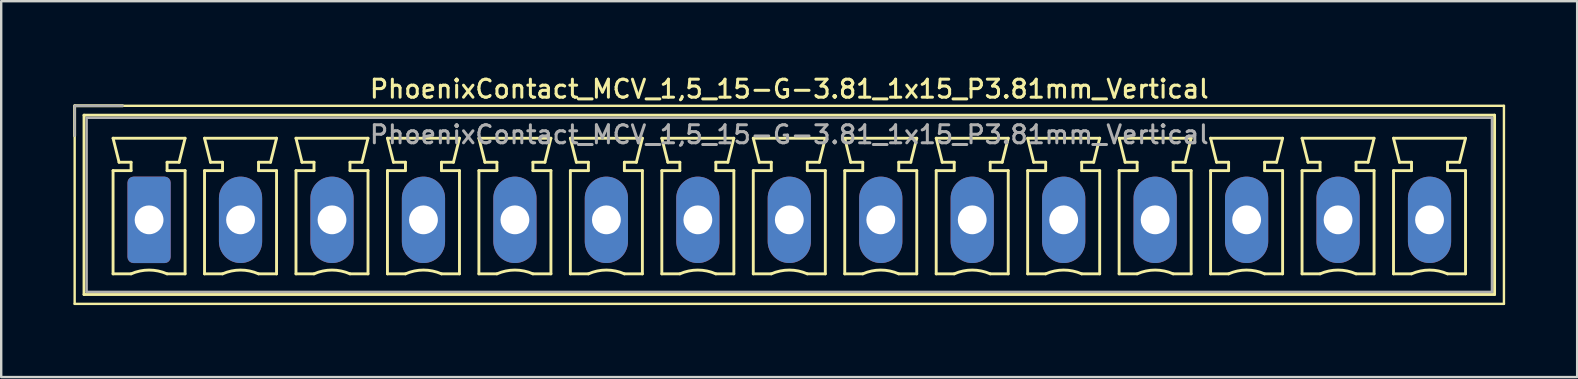
<source format=kicad_pcb>
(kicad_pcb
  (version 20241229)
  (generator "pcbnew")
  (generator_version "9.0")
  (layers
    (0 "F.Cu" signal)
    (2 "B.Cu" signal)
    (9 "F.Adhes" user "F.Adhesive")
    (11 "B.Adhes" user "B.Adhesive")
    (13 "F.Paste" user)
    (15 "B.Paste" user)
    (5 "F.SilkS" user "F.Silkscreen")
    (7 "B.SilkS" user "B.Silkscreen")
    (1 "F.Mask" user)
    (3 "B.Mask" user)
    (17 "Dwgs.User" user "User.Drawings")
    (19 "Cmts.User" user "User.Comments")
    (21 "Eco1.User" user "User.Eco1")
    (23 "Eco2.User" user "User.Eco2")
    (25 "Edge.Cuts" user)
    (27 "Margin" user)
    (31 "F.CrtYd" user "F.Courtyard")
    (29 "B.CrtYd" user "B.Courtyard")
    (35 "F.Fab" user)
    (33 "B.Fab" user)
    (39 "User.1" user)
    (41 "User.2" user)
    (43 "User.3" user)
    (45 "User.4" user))
  (footprint "PhoenixContact_MCV_1,5_15-G-3.81_1x15_P3.81mm_Vertical"
    (layer "F.Cu")
    (at 3.16 6.108)
    (property "Reference" "PhoenixContact_MCV_1,5_15-G-3.81_1x15_P3.81mm_Vertical" (at 26.67 -5.45 0) (layer "F.SilkS") (effects (font (size 0.75 0.75) (thickness 0.125))))
    (attr through_hole)
    (fp_line (start -3.1 -4.75) (end -3.1 3.5) (stroke (width 0.1) (type solid)) (layer "F.SilkS"))
    (fp_line (start -3.1 -4.75) (end -1.1 -4.75) (stroke (width 0.12) (type solid)) (layer "F.SilkS"))
    (fp_line (start -3.1 -3.5) (end -3.1 -4.75) (stroke (width 0.12) (type solid)) (layer "F.SilkS"))
    (fp_line (start -3.1 3.5) (end 56.44 3.5) (stroke (width 0.1) (type solid)) (layer "F.SilkS"))
    (fp_line (start -2.71 -4.36) (end -2.71 3.11) (stroke (width 0.12) (type solid)) (layer "F.SilkS"))
    (fp_line (start -2.71 3.11) (end 56.05 3.11) (stroke (width 0.12) (type solid)) (layer "F.SilkS"))
    (fp_line (start -1.5 -3.4) (end 1.5 -3.4) (stroke (width 0.12) (type solid)) (layer "F.SilkS"))
    (fp_line (start -1.5 -2.05) (end -0.75 -2.05) (stroke (width 0.12) (type solid)) (layer "F.SilkS"))
    (fp_line (start -1.5 2.25) (end -1.5 -2.05) (stroke (width 0.12) (type solid)) (layer "F.SilkS"))
    (fp_line (start -1.25 -2.4) (end -1.5 -3.4) (stroke (width 0.12) (type solid)) (layer "F.SilkS"))
    (fp_line (start -0.75 -2.4) (end -1.25 -2.4) (stroke (width 0.12) (type solid)) (layer "F.SilkS"))
    (fp_line (start -0.75 -2.05) (end -0.75 -2.4) (stroke (width 0.12) (type solid)) (layer "F.SilkS"))
    (fp_line (start -0.75 2.25) (end -1.5 2.25) (stroke (width 0.12) (type solid)) (layer "F.SilkS"))
    (fp_line (start 0.75 -2.4) (end 0.75 -2.05) (stroke (width 0.12) (type solid)) (layer "F.SilkS"))
    (fp_line (start 0.75 -2.05) (end 1.5 -2.05) (stroke (width 0.12) (type solid)) (layer "F.SilkS"))
    (fp_line (start 1.25 -2.4) (end 0.75 -2.4) (stroke (width 0.12) (type solid)) (layer "F.SilkS"))
    (fp_line (start 1.5 -3.4) (end 1.25 -2.4) (stroke (width 0.12) (type solid)) (layer "F.SilkS"))
    (fp_line (start 1.5 -2.05) (end 1.5 2.25) (stroke (width 0.12) (type solid)) (layer "F.SilkS"))
    (fp_line (start 1.5 2.25) (end 0.75 2.25) (stroke (width 0.12) (type solid)) (layer "F.SilkS"))
    (fp_line (start 2.31 -3.4) (end 5.31 -3.4) (stroke (width 0.12) (type solid)) (layer "F.SilkS"))
    (fp_line (start 2.31 -2.05) (end 3.06 -2.05) (stroke (width 0.12) (type solid)) (layer "F.SilkS"))
    (fp_line (start 2.31 2.25) (end 2.31 -2.05) (stroke (width 0.12) (type solid)) (layer "F.SilkS"))
    (fp_line (start 2.56 -2.4) (end 2.31 -3.4) (stroke (width 0.12) (type solid)) (layer "F.SilkS"))
    (fp_line (start 3.06 -2.4) (end 2.56 -2.4) (stroke (width 0.12) (type solid)) (layer "F.SilkS"))
    (fp_line (start 3.06 -2.05) (end 3.06 -2.4) (stroke (width 0.12) (type solid)) (layer "F.SilkS"))
    (fp_line (start 3.06 2.25) (end 2.31 2.25) (stroke (width 0.12) (type solid)) (layer "F.SilkS"))
    (fp_line (start 4.56 -2.4) (end 4.56 -2.05) (stroke (width 0.12) (type solid)) (layer "F.SilkS"))
    (fp_line (start 4.56 -2.05) (end 5.31 -2.05) (stroke (width 0.12) (type solid)) (layer "F.SilkS"))
    (fp_line (start 5.06 -2.4) (end 4.56 -2.4) (stroke (width 0.12) (type solid)) (layer "F.SilkS"))
    (fp_line (start 5.31 -3.4) (end 5.06 -2.4) (stroke (width 0.12) (type solid)) (layer "F.SilkS"))
    (fp_line (start 5.31 -2.05) (end 5.31 2.25) (stroke (width 0.12) (type solid)) (layer "F.SilkS"))
    (fp_line (start 5.31 2.25) (end 4.56 2.25) (stroke (width 0.12) (type solid)) (layer "F.SilkS"))
    (fp_line (start 6.12 -3.4) (end 9.12 -3.4) (stroke (width 0.12) (type solid)) (layer "F.SilkS"))
    (fp_line (start 6.12 -2.05) (end 6.87 -2.05) (stroke (width 0.12) (type solid)) (layer "F.SilkS"))
    (fp_line (start 6.12 2.25) (end 6.12 -2.05) (stroke (width 0.12) (type solid)) (layer "F.SilkS"))
    (fp_line (start 6.37 -2.4) (end 6.12 -3.4) (stroke (width 0.12) (type solid)) (layer "F.SilkS"))
    (fp_line (start 6.87 -2.4) (end 6.37 -2.4) (stroke (width 0.12) (type solid)) (layer "F.SilkS"))
    (fp_line (start 6.87 -2.05) (end 6.87 -2.4) (stroke (width 0.12) (type solid)) (layer "F.SilkS"))
    (fp_line (start 6.87 2.25) (end 6.12 2.25) (stroke (width 0.12) (type solid)) (layer "F.SilkS"))
    (fp_line (start 8.37 -2.4) (end 8.37 -2.05) (stroke (width 0.12) (type solid)) (layer "F.SilkS"))
    (fp_line (start 8.37 -2.05) (end 9.12 -2.05) (stroke (width 0.12) (type solid)) (layer "F.SilkS"))
    (fp_line (start 8.87 -2.4) (end 8.37 -2.4) (stroke (width 0.12) (type solid)) (layer "F.SilkS"))
    (fp_line (start 9.12 -3.4) (end 8.87 -2.4) (stroke (width 0.12) (type solid)) (layer "F.SilkS"))
    (fp_line (start 9.12 -2.05) (end 9.12 2.25) (stroke (width 0.12) (type solid)) (layer "F.SilkS"))
    (fp_line (start 9.12 2.25) (end 8.37 2.25) (stroke (width 0.12) (type solid)) (layer "F.SilkS"))
    (fp_line (start 9.93 -3.4) (end 12.93 -3.4) (stroke (width 0.12) (type solid)) (layer "F.SilkS"))
    (fp_line (start 9.93 -2.05) (end 10.68 -2.05) (stroke (width 0.12) (type solid)) (layer "F.SilkS"))
    (fp_line (start 9.93 2.25) (end 9.93 -2.05) (stroke (width 0.12) (type solid)) (layer "F.SilkS"))
    (fp_line (start 10.18 -2.4) (end 9.93 -3.4) (stroke (width 0.12) (type solid)) (layer "F.SilkS"))
    (fp_line (start 10.68 -2.4) (end 10.18 -2.4) (stroke (width 0.12) (type solid)) (layer "F.SilkS"))
    (fp_line (start 10.68 -2.05) (end 10.68 -2.4) (stroke (width 0.12) (type solid)) (layer "F.SilkS"))
    (fp_line (start 10.68 2.25) (end 9.93 2.25) (stroke (width 0.12) (type solid)) (layer "F.SilkS"))
    (fp_line (start 12.18 -2.4) (end 12.18 -2.05) (stroke (width 0.12) (type solid)) (layer "F.SilkS"))
    (fp_line (start 12.18 -2.05) (end 12.93 -2.05) (stroke (width 0.12) (type solid)) (layer "F.SilkS"))
    (fp_line (start 12.68 -2.4) (end 12.18 -2.4) (stroke (width 0.12) (type solid)) (layer "F.SilkS"))
    (fp_line (start 12.93 -3.4) (end 12.68 -2.4) (stroke (width 0.12) (type solid)) (layer "F.SilkS"))
    (fp_line (start 12.93 -2.05) (end 12.93 2.25) (stroke (width 0.12) (type solid)) (layer "F.SilkS"))
    (fp_line (start 12.93 2.25) (end 12.18 2.25) (stroke (width 0.12) (type solid)) (layer "F.SilkS"))
    (fp_line (start 13.74 -3.4) (end 16.74 -3.4) (stroke (width 0.12) (type solid)) (layer "F.SilkS"))
    (fp_line (start 13.74 -2.05) (end 14.49 -2.05) (stroke (width 0.12) (type solid)) (layer "F.SilkS"))
    (fp_line (start 13.74 2.25) (end 13.74 -2.05) (stroke (width 0.12) (type solid)) (layer "F.SilkS"))
    (fp_line (start 13.99 -2.4) (end 13.74 -3.4) (stroke (width 0.12) (type solid)) (layer "F.SilkS"))
    (fp_line (start 14.49 -2.4) (end 13.99 -2.4) (stroke (width 0.12) (type solid)) (layer "F.SilkS"))
    (fp_line (start 14.49 -2.05) (end 14.49 -2.4) (stroke (width 0.12) (type solid)) (layer "F.SilkS"))
    (fp_line (start 14.49 2.25) (end 13.74 2.25) (stroke (width 0.12) (type solid)) (layer "F.SilkS"))
    (fp_line (start 15.99 -2.4) (end 15.99 -2.05) (stroke (width 0.12) (type solid)) (layer "F.SilkS"))
    (fp_line (start 15.99 -2.05) (end 16.74 -2.05) (stroke (width 0.12) (type solid)) (layer "F.SilkS"))
    (fp_line (start 16.49 -2.4) (end 15.99 -2.4) (stroke (width 0.12) (type solid)) (layer "F.SilkS"))
    (fp_line (start 16.74 -3.4) (end 16.49 -2.4) (stroke (width 0.12) (type solid)) (layer "F.SilkS"))
    (fp_line (start 16.74 -2.05) (end 16.74 2.25) (stroke (width 0.12) (type solid)) (layer "F.SilkS"))
    (fp_line (start 16.74 2.25) (end 15.99 2.25) (stroke (width 0.12) (type solid)) (layer "F.SilkS"))
    (fp_line (start 17.55 -3.4) (end 20.55 -3.4) (stroke (width 0.12) (type solid)) (layer "F.SilkS"))
    (fp_line (start 17.55 -2.05) (end 18.3 -2.05) (stroke (width 0.12) (type solid)) (layer "F.SilkS"))
    (fp_line (start 17.55 2.25) (end 17.55 -2.05) (stroke (width 0.12) (type solid)) (layer "F.SilkS"))
    (fp_line (start 17.8 -2.4) (end 17.55 -3.4) (stroke (width 0.12) (type solid)) (layer "F.SilkS"))
    (fp_line (start 18.3 -2.4) (end 17.8 -2.4) (stroke (width 0.12) (type solid)) (layer "F.SilkS"))
    (fp_line (start 18.3 -2.05) (end 18.3 -2.4) (stroke (width 0.12) (type solid)) (layer "F.SilkS"))
    (fp_line (start 18.3 2.25) (end 17.55 2.25) (stroke (width 0.12) (type solid)) (layer "F.SilkS"))
    (fp_line (start 19.8 -2.4) (end 19.8 -2.05) (stroke (width 0.12) (type solid)) (layer "F.SilkS"))
    (fp_line (start 19.8 -2.05) (end 20.55 -2.05) (stroke (width 0.12) (type solid)) (layer "F.SilkS"))
    (fp_line (start 20.3 -2.4) (end 19.8 -2.4) (stroke (width 0.12) (type solid)) (layer "F.SilkS"))
    (fp_line (start 20.55 -3.4) (end 20.3 -2.4) (stroke (width 0.12) (type solid)) (layer "F.SilkS"))
    (fp_line (start 20.55 -2.05) (end 20.55 2.25) (stroke (width 0.12) (type solid)) (layer "F.SilkS"))
    (fp_line (start 20.55 2.25) (end 19.8 2.25) (stroke (width 0.12) (type solid)) (layer "F.SilkS"))
    (fp_line (start 21.36 -3.4) (end 24.36 -3.4) (stroke (width 0.12) (type solid)) (layer "F.SilkS"))
    (fp_line (start 21.36 -2.05) (end 22.11 -2.05) (stroke (width 0.12) (type solid)) (layer "F.SilkS"))
    (fp_line (start 21.36 2.25) (end 21.36 -2.05) (stroke (width 0.12) (type solid)) (layer "F.SilkS"))
    (fp_line (start 21.61 -2.4) (end 21.36 -3.4) (stroke (width 0.12) (type solid)) (layer "F.SilkS"))
    (fp_line (start 22.11 -2.4) (end 21.61 -2.4) (stroke (width 0.12) (type solid)) (layer "F.SilkS"))
    (fp_line (start 22.11 -2.05) (end 22.11 -2.4) (stroke (width 0.12) (type solid)) (layer "F.SilkS"))
    (fp_line (start 22.11 2.25) (end 21.36 2.25) (stroke (width 0.12) (type solid)) (layer "F.SilkS"))
    (fp_line (start 23.61 -2.4) (end 23.61 -2.05) (stroke (width 0.12) (type solid)) (layer "F.SilkS"))
    (fp_line (start 23.61 -2.05) (end 24.36 -2.05) (stroke (width 0.12) (type solid)) (layer "F.SilkS"))
    (fp_line (start 24.11 -2.4) (end 23.61 -2.4) (stroke (width 0.12) (type solid)) (layer "F.SilkS"))
    (fp_line (start 24.36 -3.4) (end 24.11 -2.4) (stroke (width 0.12) (type solid)) (layer "F.SilkS"))
    (fp_line (start 24.36 -2.05) (end 24.36 2.25) (stroke (width 0.12) (type solid)) (layer "F.SilkS"))
    (fp_line (start 24.36 2.25) (end 23.61 2.25) (stroke (width 0.12) (type solid)) (layer "F.SilkS"))
    (fp_line (start 25.17 -3.4) (end 28.17 -3.4) (stroke (width 0.12) (type solid)) (layer "F.SilkS"))
    (fp_line (start 25.17 -2.05) (end 25.92 -2.05) (stroke (width 0.12) (type solid)) (layer "F.SilkS"))
    (fp_line (start 25.17 2.25) (end 25.17 -2.05) (stroke (width 0.12) (type solid)) (layer "F.SilkS"))
    (fp_line (start 25.42 -2.4) (end 25.17 -3.4) (stroke (width 0.12) (type solid)) (layer "F.SilkS"))
    (fp_line (start 25.92 -2.4) (end 25.42 -2.4) (stroke (width 0.12) (type solid)) (layer "F.SilkS"))
    (fp_line (start 25.92 -2.05) (end 25.92 -2.4) (stroke (width 0.12) (type solid)) (layer "F.SilkS"))
    (fp_line (start 25.92 2.25) (end 25.17 2.25) (stroke (width 0.12) (type solid)) (layer "F.SilkS"))
    (fp_line (start 27.42 -2.4) (end 27.42 -2.05) (stroke (width 0.12) (type solid)) (layer "F.SilkS"))
    (fp_line (start 27.42 -2.05) (end 28.17 -2.05) (stroke (width 0.12) (type solid)) (layer "F.SilkS"))
    (fp_line (start 27.92 -2.4) (end 27.42 -2.4) (stroke (width 0.12) (type solid)) (layer "F.SilkS"))
    (fp_line (start 28.17 -3.4) (end 27.92 -2.4) (stroke (width 0.12) (type solid)) (layer "F.SilkS"))
    (fp_line (start 28.17 -2.05) (end 28.17 2.25) (stroke (width 0.12) (type solid)) (layer "F.SilkS"))
    (fp_line (start 28.17 2.25) (end 27.42 2.25) (stroke (width 0.12) (type solid)) (layer "F.SilkS"))
    (fp_line (start 28.98 -3.4) (end 31.98 -3.4) (stroke (width 0.12) (type solid)) (layer "F.SilkS"))
    (fp_line (start 28.98 -2.05) (end 29.73 -2.05) (stroke (width 0.12) (type solid)) (layer "F.SilkS"))
    (fp_line (start 28.98 2.25) (end 28.98 -2.05) (stroke (width 0.12) (type solid)) (layer "F.SilkS"))
    (fp_line (start 29.23 -2.4) (end 28.98 -3.4) (stroke (width 0.12) (type solid)) (layer "F.SilkS"))
    (fp_line (start 29.73 -2.4) (end 29.23 -2.4) (stroke (width 0.12) (type solid)) (layer "F.SilkS"))
    (fp_line (start 29.73 -2.05) (end 29.73 -2.4) (stroke (width 0.12) (type solid)) (layer "F.SilkS"))
    (fp_line (start 29.73 2.25) (end 28.98 2.25) (stroke (width 0.12) (type solid)) (layer "F.SilkS"))
    (fp_line (start 31.23 -2.4) (end 31.23 -2.05) (stroke (width 0.12) (type solid)) (layer "F.SilkS"))
    (fp_line (start 31.23 -2.05) (end 31.98 -2.05) (stroke (width 0.12) (type solid)) (layer "F.SilkS"))
    (fp_line (start 31.73 -2.4) (end 31.23 -2.4) (stroke (width 0.12) (type solid)) (layer "F.SilkS"))
    (fp_line (start 31.98 -3.4) (end 31.73 -2.4) (stroke (width 0.12) (type solid)) (layer "F.SilkS"))
    (fp_line (start 31.98 -2.05) (end 31.98 2.25) (stroke (width 0.12) (type solid)) (layer "F.SilkS"))
    (fp_line (start 31.98 2.25) (end 31.23 2.25) (stroke (width 0.12) (type solid)) (layer "F.SilkS"))
    (fp_line (start 32.79 -3.4) (end 35.79 -3.4) (stroke (width 0.12) (type solid)) (layer "F.SilkS"))
    (fp_line (start 32.79 -2.05) (end 33.54 -2.05) (stroke (width 0.12) (type solid)) (layer "F.SilkS"))
    (fp_line (start 32.79 2.25) (end 32.79 -2.05) (stroke (width 0.12) (type solid)) (layer "F.SilkS"))
    (fp_line (start 33.04 -2.4) (end 32.79 -3.4) (stroke (width 0.12) (type solid)) (layer "F.SilkS"))
    (fp_line (start 33.54 -2.4) (end 33.04 -2.4) (stroke (width 0.12) (type solid)) (layer "F.SilkS"))
    (fp_line (start 33.54 -2.05) (end 33.54 -2.4) (stroke (width 0.12) (type solid)) (layer "F.SilkS"))
    (fp_line (start 33.54 2.25) (end 32.79 2.25) (stroke (width 0.12) (type solid)) (layer "F.SilkS"))
    (fp_line (start 35.04 -2.4) (end 35.04 -2.05) (stroke (width 0.12) (type solid)) (layer "F.SilkS"))
    (fp_line (start 35.04 -2.05) (end 35.79 -2.05) (stroke (width 0.12) (type solid)) (layer "F.SilkS"))
    (fp_line (start 35.54 -2.4) (end 35.04 -2.4) (stroke (width 0.12) (type solid)) (layer "F.SilkS"))
    (fp_line (start 35.79 -3.4) (end 35.54 -2.4) (stroke (width 0.12) (type solid)) (layer "F.SilkS"))
    (fp_line (start 35.79 -2.05) (end 35.79 2.25) (stroke (width 0.12) (type solid)) (layer "F.SilkS"))
    (fp_line (start 35.79 2.25) (end 35.04 2.25) (stroke (width 0.12) (type solid)) (layer "F.SilkS"))
    (fp_line (start 36.6 -3.4) (end 39.6 -3.4) (stroke (width 0.12) (type solid)) (layer "F.SilkS"))
    (fp_line (start 36.6 -2.05) (end 37.35 -2.05) (stroke (width 0.12) (type solid)) (layer "F.SilkS"))
    (fp_line (start 36.6 2.25) (end 36.6 -2.05) (stroke (width 0.12) (type solid)) (layer "F.SilkS"))
    (fp_line (start 36.85 -2.4) (end 36.6 -3.4) (stroke (width 0.12) (type solid)) (layer "F.SilkS"))
    (fp_line (start 37.35 -2.4) (end 36.85 -2.4) (stroke (width 0.12) (type solid)) (layer "F.SilkS"))
    (fp_line (start 37.35 -2.05) (end 37.35 -2.4) (stroke (width 0.12) (type solid)) (layer "F.SilkS"))
    (fp_line (start 37.35 2.25) (end 36.6 2.25) (stroke (width 0.12) (type solid)) (layer "F.SilkS"))
    (fp_line (start 38.85 -2.4) (end 38.85 -2.05) (stroke (width 0.12) (type solid)) (layer "F.SilkS"))
    (fp_line (start 38.85 -2.05) (end 39.6 -2.05) (stroke (width 0.12) (type solid)) (layer "F.SilkS"))
    (fp_line (start 39.35 -2.4) (end 38.85 -2.4) (stroke (width 0.12) (type solid)) (layer "F.SilkS"))
    (fp_line (start 39.6 -3.4) (end 39.35 -2.4) (stroke (width 0.12) (type solid)) (layer "F.SilkS"))
    (fp_line (start 39.6 -2.05) (end 39.6 2.25) (stroke (width 0.12) (type solid)) (layer "F.SilkS"))
    (fp_line (start 39.6 2.25) (end 38.85 2.25) (stroke (width 0.12) (type solid)) (layer "F.SilkS"))
    (fp_line (start 40.41 -3.4) (end 43.41 -3.4) (stroke (width 0.12) (type solid)) (layer "F.SilkS"))
    (fp_line (start 40.41 -2.05) (end 41.16 -2.05) (stroke (width 0.12) (type solid)) (layer "F.SilkS"))
    (fp_line (start 40.41 2.25) (end 40.41 -2.05) (stroke (width 0.12) (type solid)) (layer "F.SilkS"))
    (fp_line (start 40.66 -2.4) (end 40.41 -3.4) (stroke (width 0.12) (type solid)) (layer "F.SilkS"))
    (fp_line (start 41.16 -2.4) (end 40.66 -2.4) (stroke (width 0.12) (type solid)) (layer "F.SilkS"))
    (fp_line (start 41.16 -2.05) (end 41.16 -2.4) (stroke (width 0.12) (type solid)) (layer "F.SilkS"))
    (fp_line (start 41.16 2.25) (end 40.41 2.25) (stroke (width 0.12) (type solid)) (layer "F.SilkS"))
    (fp_line (start 42.66 -2.4) (end 42.66 -2.05) (stroke (width 0.12) (type solid)) (layer "F.SilkS"))
    (fp_line (start 42.66 -2.05) (end 43.41 -2.05) (stroke (width 0.12) (type solid)) (layer "F.SilkS"))
    (fp_line (start 43.16 -2.4) (end 42.66 -2.4) (stroke (width 0.12) (type solid)) (layer "F.SilkS"))
    (fp_line (start 43.41 -3.4) (end 43.16 -2.4) (stroke (width 0.12) (type solid)) (layer "F.SilkS"))
    (fp_line (start 43.41 -2.05) (end 43.41 2.25) (stroke (width 0.12) (type solid)) (layer "F.SilkS"))
    (fp_line (start 43.41 2.25) (end 42.66 2.25) (stroke (width 0.12) (type solid)) (layer "F.SilkS"))
    (fp_line (start 44.22 -3.4) (end 47.22 -3.4) (stroke (width 0.12) (type solid)) (layer "F.SilkS"))
    (fp_line (start 44.22 -2.05) (end 44.97 -2.05) (stroke (width 0.12) (type solid)) (layer "F.SilkS"))
    (fp_line (start 44.22 2.25) (end 44.22 -2.05) (stroke (width 0.12) (type solid)) (layer "F.SilkS"))
    (fp_line (start 44.47 -2.4) (end 44.22 -3.4) (stroke (width 0.12) (type solid)) (layer "F.SilkS"))
    (fp_line (start 44.97 -2.4) (end 44.47 -2.4) (stroke (width 0.12) (type solid)) (layer "F.SilkS"))
    (fp_line (start 44.97 -2.05) (end 44.97 -2.4) (stroke (width 0.12) (type solid)) (layer "F.SilkS"))
    (fp_line (start 44.97 2.25) (end 44.22 2.25) (stroke (width 0.12) (type solid)) (layer "F.SilkS"))
    (fp_line (start 46.47 -2.4) (end 46.47 -2.05) (stroke (width 0.12) (type solid)) (layer "F.SilkS"))
    (fp_line (start 46.47 -2.05) (end 47.22 -2.05) (stroke (width 0.12) (type solid)) (layer "F.SilkS"))
    (fp_line (start 46.97 -2.4) (end 46.47 -2.4) (stroke (width 0.12) (type solid)) (layer "F.SilkS"))
    (fp_line (start 47.22 -3.4) (end 46.97 -2.4) (stroke (width 0.12) (type solid)) (layer "F.SilkS"))
    (fp_line (start 47.22 -2.05) (end 47.22 2.25) (stroke (width 0.12) (type solid)) (layer "F.SilkS"))
    (fp_line (start 47.22 2.25) (end 46.47 2.25) (stroke (width 0.12) (type solid)) (layer "F.SilkS"))
    (fp_line (start 48.03 -3.4) (end 51.03 -3.4) (stroke (width 0.12) (type solid)) (layer "F.SilkS"))
    (fp_line (start 48.03 -2.05) (end 48.78 -2.05) (stroke (width 0.12) (type solid)) (layer "F.SilkS"))
    (fp_line (start 48.03 2.25) (end 48.03 -2.05) (stroke (width 0.12) (type solid)) (layer "F.SilkS"))
    (fp_line (start 48.28 -2.4) (end 48.03 -3.4) (stroke (width 0.12) (type solid)) (layer "F.SilkS"))
    (fp_line (start 48.78 -2.4) (end 48.28 -2.4) (stroke (width 0.12) (type solid)) (layer "F.SilkS"))
    (fp_line (start 48.78 -2.05) (end 48.78 -2.4) (stroke (width 0.12) (type solid)) (layer "F.SilkS"))
    (fp_line (start 48.78 2.25) (end 48.03 2.25) (stroke (width 0.12) (type solid)) (layer "F.SilkS"))
    (fp_line (start 50.28 -2.4) (end 50.28 -2.05) (stroke (width 0.12) (type solid)) (layer "F.SilkS"))
    (fp_line (start 50.28 -2.05) (end 51.03 -2.05) (stroke (width 0.12) (type solid)) (layer "F.SilkS"))
    (fp_line (start 50.78 -2.4) (end 50.28 -2.4) (stroke (width 0.12) (type solid)) (layer "F.SilkS"))
    (fp_line (start 51.03 -3.4) (end 50.78 -2.4) (stroke (width 0.12) (type solid)) (layer "F.SilkS"))
    (fp_line (start 51.03 -2.05) (end 51.03 2.25) (stroke (width 0.12) (type solid)) (layer "F.SilkS"))
    (fp_line (start 51.03 2.25) (end 50.28 2.25) (stroke (width 0.12) (type solid)) (layer "F.SilkS"))
    (fp_line (start 51.84 -3.4) (end 54.84 -3.4) (stroke (width 0.12) (type solid)) (layer "F.SilkS"))
    (fp_line (start 51.84 -2.05) (end 52.59 -2.05) (stroke (width 0.12) (type solid)) (layer "F.SilkS"))
    (fp_line (start 51.84 2.25) (end 51.84 -2.05) (stroke (width 0.12) (type solid)) (layer "F.SilkS"))
    (fp_line (start 52.09 -2.4) (end 51.84 -3.4) (stroke (width 0.12) (type solid)) (layer "F.SilkS"))
    (fp_line (start 52.59 -2.4) (end 52.09 -2.4) (stroke (width 0.12) (type solid)) (layer "F.SilkS"))
    (fp_line (start 52.59 -2.05) (end 52.59 -2.4) (stroke (width 0.12) (type solid)) (layer "F.SilkS"))
    (fp_line (start 52.59 2.25) (end 51.84 2.25) (stroke (width 0.12) (type solid)) (layer "F.SilkS"))
    (fp_line (start 54.09 -2.4) (end 54.09 -2.05) (stroke (width 0.12) (type solid)) (layer "F.SilkS"))
    (fp_line (start 54.09 -2.05) (end 54.84 -2.05) (stroke (width 0.12) (type solid)) (layer "F.SilkS"))
    (fp_line (start 54.59 -2.4) (end 54.09 -2.4) (stroke (width 0.12) (type solid)) (layer "F.SilkS"))
    (fp_line (start 54.84 -3.4) (end 54.59 -2.4) (stroke (width 0.12) (type solid)) (layer "F.SilkS"))
    (fp_line (start 54.84 -2.05) (end 54.84 2.25) (stroke (width 0.12) (type solid)) (layer "F.SilkS"))
    (fp_line (start 54.84 2.25) (end 54.09 2.25) (stroke (width 0.12) (type solid)) (layer "F.SilkS"))
    (fp_line (start 56.05 -4.36) (end -2.71 -4.36) (stroke (width 0.12) (type solid)) (layer "F.SilkS"))
    (fp_line (start 56.05 3.11) (end 56.05 -4.36) (stroke (width 0.12) (type solid)) (layer "F.SilkS"))
    (fp_line (start 56.44 -4.75) (end -3.1 -4.75) (stroke (width 0.1) (type solid)) (layer "F.SilkS"))
    (fp_line (start 56.44 3.5) (end 56.44 -4.75) (stroke (width 0.1) (type solid)) (layer "F.SilkS"))
    (fp_arc (start -0.75 2.25) (mid -0.000193 2.09191) (end 0.749647 2.249844) (stroke (width 0.12) (type solid)) (layer "F.SilkS"))
    (fp_arc (start 3.06 2.25) (mid 3.809807 2.09191) (end 4.559647 2.249844) (stroke (width 0.12) (type solid)) (layer "F.SilkS"))
    (fp_arc (start 6.87 2.25) (mid 7.619807 2.09191) (end 8.369647 2.249844) (stroke (width 0.12) (type solid)) (layer "F.SilkS"))
    (fp_arc (start 10.68 2.25) (mid 11.429807 2.09191) (end 12.179647 2.249844) (stroke (width 0.12) (type solid)) (layer "F.SilkS"))
    (fp_arc (start 14.49 2.25) (mid 15.239807 2.09191) (end 15.989647 2.249844) (stroke (width 0.12) (type solid)) (layer "F.SilkS"))
    (fp_arc (start 18.3 2.25) (mid 19.049807 2.09191) (end 19.799647 2.249844) (stroke (width 0.12) (type solid)) (layer "F.SilkS"))
    (fp_arc (start 22.11 2.25) (mid 22.859807 2.09191) (end 23.609647 2.249844) (stroke (width 0.12) (type solid)) (layer "F.SilkS"))
    (fp_arc (start 25.92 2.25) (mid 26.669807 2.09191) (end 27.419647 2.249844) (stroke (width 0.12) (type solid)) (layer "F.SilkS"))
    (fp_arc (start 29.73 2.25) (mid 30.479807 2.09191) (end 31.229647 2.249844) (stroke (width 0.12) (type solid)) (layer "F.SilkS"))
    (fp_arc (start 33.54 2.25) (mid 34.289807 2.09191) (end 35.039647 2.249844) (stroke (width 0.12) (type solid)) (layer "F.SilkS"))
    (fp_arc (start 37.35 2.25) (mid 38.099807 2.09191) (end 38.849647 2.249844) (stroke (width 0.12) (type solid)) (layer "F.SilkS"))
    (fp_arc (start 41.16 2.25) (mid 41.909807 2.09191) (end 42.659647 2.249844) (stroke (width 0.12) (type solid)) (layer "F.SilkS"))
    (fp_arc (start 44.97 2.25) (mid 45.719807 2.09191) (end 46.469647 2.249844) (stroke (width 0.12) (type solid)) (layer "F.SilkS"))
    (fp_arc (start 48.78 2.25) (mid 49.529807 2.09191) (end 50.279647 2.249844) (stroke (width 0.12) (type solid)) (layer "F.SilkS"))
    (fp_arc (start 52.59 2.25) (mid 53.339807 2.09191) (end 54.089647 2.249844) (stroke (width 0.12) (type solid)) (layer "F.SilkS"))
    (fp_line (start -3.1 -4.75) (end -1.1 -4.75) (stroke (width 0.1) (type solid)) (layer "F.Fab"))
    (fp_line (start -3.1 -3.5) (end -3.1 -4.75) (stroke (width 0.1) (type solid)) (layer "F.Fab"))
    (fp_line (start -2.6 -4.25) (end -2.6 3) (stroke (width 0.1) (type solid)) (layer "F.Fab"))
    (fp_line (start -2.6 3) (end 55.94 3) (stroke (width 0.1) (type solid)) (layer "F.Fab"))
    (fp_line (start 55.94 -4.25) (end -2.6 -4.25) (stroke (width 0.1) (type solid)) (layer "F.Fab"))
    (fp_line (start 55.94 3) (end 55.94 -4.25) (stroke (width 0.1) (type solid)) (layer "F.Fab"))
    (fp_text user "${REFERENCE}" (at 26.67 -3.55 0) (layer "F.Fab") (effects (font (size 0.75 0.75) (thickness 0.125))))
    (pad "1" thru_hole roundrect (at 0 0) (size 1.8 3.6) (drill 1.2) (layers "*.Cu" "*.Mask") (roundrect_rratio 0.139))
    (pad "2" thru_hole oval (at 3.81 0) (size 1.8 3.6) (drill 1.2) (layers "*.Cu" "*.Mask"))
    (pad "3" thru_hole oval (at 7.62 0) (size 1.8 3.6) (drill 1.2) (layers "*.Cu" "*.Mask"))
    (pad "4" thru_hole oval (at 11.43 0) (size 1.8 3.6) (drill 1.2) (layers "*.Cu" "*.Mask"))
    (pad "5" thru_hole oval (at 15.24 0) (size 1.8 3.6) (drill 1.2) (layers "*.Cu" "*.Mask"))
    (pad "6" thru_hole oval (at 19.05 0) (size 1.8 3.6) (drill 1.2) (layers "*.Cu" "*.Mask"))
    (pad "7" thru_hole oval (at 22.86 0) (size 1.8 3.6) (drill 1.2) (layers "*.Cu" "*.Mask"))
    (pad "8" thru_hole oval (at 26.67 0) (size 1.8 3.6) (drill 1.2) (layers "*.Cu" "*.Mask"))
    (pad "9" thru_hole oval (at 30.48 0) (size 1.8 3.6) (drill 1.2) (layers "*.Cu" "*.Mask"))
    (pad "10" thru_hole oval (at 34.29 0) (size 1.8 3.6) (drill 1.2) (layers "*.Cu" "*.Mask"))
    (pad "11" thru_hole oval (at 38.1 0) (size 1.8 3.6) (drill 1.2) (layers "*.Cu" "*.Mask"))
    (pad "12" thru_hole oval (at 41.91 0) (size 1.8 3.6) (drill 1.2) (layers "*.Cu" "*.Mask"))
    (pad "13" thru_hole oval (at 45.72 0) (size 1.8 3.6) (drill 1.2) (layers "*.Cu" "*.Mask"))
    (pad "14" thru_hole oval (at 49.53 0) (size 1.8 3.6) (drill 1.2) (layers "*.Cu" "*.Mask"))
    (pad "15" thru_hole oval (at 53.34 0) (size 1.8 3.6) (drill 1.2) (layers "*.Cu" "*.Mask")))
  (gr_rect
    (start -3 -3)
    (end 62.65 12.658)
    (stroke (width 0.1) (type default))
    (fill no)
    (layer "Edge.Cuts")))
</source>
